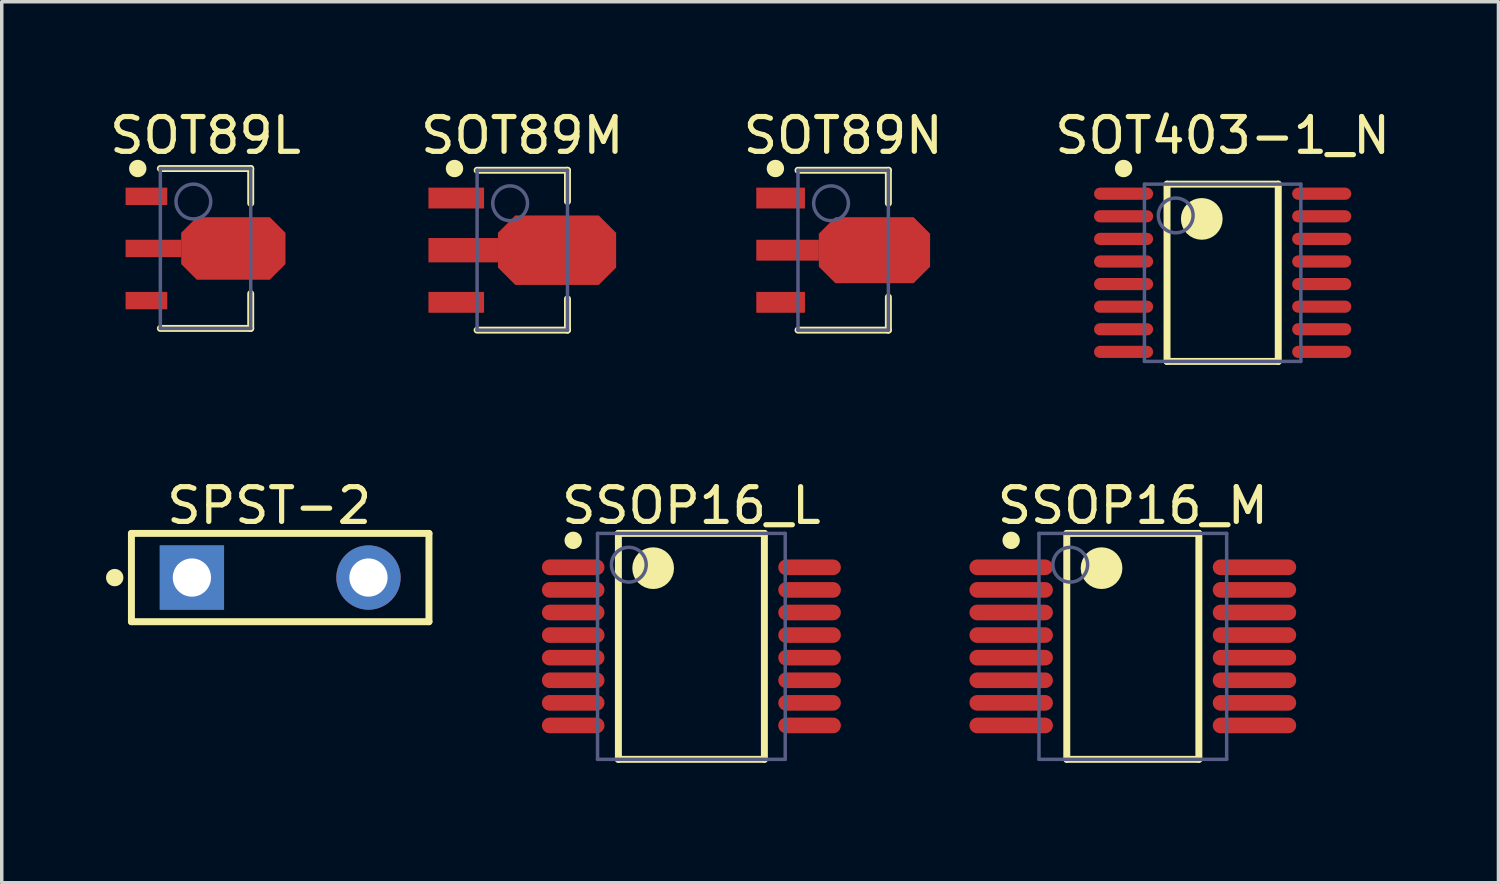
<source format=kicad_pcb>
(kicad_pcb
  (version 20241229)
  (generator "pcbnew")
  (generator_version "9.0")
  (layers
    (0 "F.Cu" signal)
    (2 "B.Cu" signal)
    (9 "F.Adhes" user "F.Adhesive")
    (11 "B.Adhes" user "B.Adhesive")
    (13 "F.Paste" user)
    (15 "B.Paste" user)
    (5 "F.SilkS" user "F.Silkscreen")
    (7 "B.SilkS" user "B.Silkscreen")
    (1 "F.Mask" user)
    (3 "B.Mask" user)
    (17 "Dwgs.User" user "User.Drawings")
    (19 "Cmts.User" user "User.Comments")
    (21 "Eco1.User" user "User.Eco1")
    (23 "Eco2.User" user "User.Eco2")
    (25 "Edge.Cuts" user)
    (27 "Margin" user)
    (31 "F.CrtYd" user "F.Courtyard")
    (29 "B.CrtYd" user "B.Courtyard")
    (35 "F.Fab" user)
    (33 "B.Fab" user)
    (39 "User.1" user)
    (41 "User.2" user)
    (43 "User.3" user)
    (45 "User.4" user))
  (footprint "SOT403-1_N"
    (layer "F.Cu")
    (at 32.125 4.798)
    (property "Reference" "SOT403-1_N" (at 0 -3.95 0) (layer "F.SilkS") (effects (font (size 1 1) (thickness 0.15))))
    (fp_line (start -1.6 -2.55) (end 1.6 -2.55) (stroke (width 0.2) (type solid)) (layer "F.SilkS"))
    (fp_line (start -1.6 2.55) (end -1.6 -2.55) (stroke (width 0.2) (type solid)) (layer "F.SilkS"))
    (fp_line (start -1.6 2.55) (end 1.6 2.55) (stroke (width 0.2) (type solid)) (layer "F.SilkS"))
    (fp_line (start 1.6 2.55) (end 1.6 -2.55) (stroke (width 0.2) (type solid)) (layer "F.SilkS"))
    (fp_circle (center -2.85 -3) (end -2.85 -3.125) (stroke (width 0.25) (type solid)) (fill no) (layer "F.SilkS"))
    (fp_circle (center -0.6 -1.55) (end -0.6 -1.85) (stroke (width 0.6) (type solid)) (fill no) (layer "F.SilkS"))
    (fp_line (start -3.95 -2.8) (end 3.95 -2.8) (stroke (width 0.1) (type solid)) (layer "Eco2.User"))
    (fp_line (start -3.95 2.8) (end -3.95 -2.8) (stroke (width 0.1) (type solid)) (layer "Eco2.User"))
    (fp_line (start -3.95 2.8) (end 3.95 2.8) (stroke (width 0.1) (type solid)) (layer "Eco2.User"))
    (fp_line (start -0.5 0) (end 0.5 0) (stroke (width 0.1) (type solid)) (layer "Eco2.User"))
    (fp_line (start 0 0.5) (end 0 -0.5) (stroke (width 0.1) (type solid)) (layer "Eco2.User"))
    (fp_line (start 3.95 2.8) (end 3.95 -2.8) (stroke (width 0.1) (type solid)) (layer "Eco2.User"))
    (fp_line (start -2.25 -2.55) (end 2.25 -2.55) (stroke (width 0.1) (type solid)) (layer "B.Fab"))
    (fp_line (start -2.25 2.55) (end -2.25 -2.55) (stroke (width 0.1) (type solid)) (layer "B.Fab"))
    (fp_line (start -2.25 2.55) (end 2.25 2.55) (stroke (width 0.1) (type solid)) (layer "B.Fab"))
    (fp_line (start 2.25 2.55) (end 2.25 -2.55) (stroke (width 0.1) (type solid)) (layer "B.Fab"))
    (fp_circle (center -1.35 -1.65) (end -1.35 -2.15) (stroke (width 0.1) (type solid)) (fill no) (layer "B.Fab"))
    (pad "1" smd oval (at -2.85 -2.275 90) (size 0.35 1.7) (layers "F.Cu" "F.Mask" "F.Paste"))
    (pad "2" smd oval (at -2.85 -1.625 90) (size 0.35 1.7) (layers "F.Cu" "F.Mask" "F.Paste"))
    (pad "3" smd oval (at -2.85 -0.975 90) (size 0.35 1.7) (layers "F.Cu" "F.Mask" "F.Paste"))
    (pad "4" smd oval (at -2.85 -0.325 90) (size 0.35 1.7) (layers "F.Cu" "F.Mask" "F.Paste"))
    (pad "5" smd oval (at -2.85 0.325 90) (size 0.35 1.7) (layers "F.Cu" "F.Mask" "F.Paste"))
    (pad "6" smd oval (at -2.85 0.975 90) (size 0.35 1.7) (layers "F.Cu" "F.Mask" "F.Paste"))
    (pad "7" smd oval (at -2.85 1.625 90) (size 0.35 1.7) (layers "F.Cu" "F.Mask" "F.Paste"))
    (pad "8" smd oval (at -2.85 2.275 90) (size 0.35 1.7) (layers "F.Cu" "F.Mask" "F.Paste"))
    (pad "9" smd oval (at 2.85 2.275 90) (size 0.35 1.7) (layers "F.Cu" "F.Mask" "F.Paste"))
    (pad "10" smd oval (at 2.85 1.625 90) (size 0.35 1.7) (layers "F.Cu" "F.Mask" "F.Paste"))
    (pad "11" smd oval (at 2.85 0.975 90) (size 0.35 1.7) (layers "F.Cu" "F.Mask" "F.Paste"))
    (pad "12" smd oval (at 2.85 0.325 90) (size 0.35 1.7) (layers "F.Cu" "F.Mask" "F.Paste"))
    (pad "13" smd oval (at 2.85 -0.325 90) (size 0.35 1.7) (layers "F.Cu" "F.Mask" "F.Paste"))
    (pad "14" smd oval (at 2.85 -0.975 90) (size 0.35 1.7) (layers "F.Cu" "F.Mask" "F.Paste"))
    (pad "15" smd oval (at 2.85 -1.625 90) (size 0.35 1.7) (layers "F.Cu" "F.Mask" "F.Paste"))
    (pad "16" smd oval (at 2.85 -2.275 90) (size 0.35 1.7) (layers "F.Cu" "F.Mask" "F.Paste")))
  (footprint "SSOP16_M"
    (layer "F.Cu")
    (at 29.541 15.546)
    (property "Reference" "SSOP16_M" (at 0 -4.05 0) (layer "F.SilkS") (effects (font (size 1 1) (thickness 0.15))))
    (fp_line (start -1.9 -3.25) (end 1.9 -3.25) (stroke (width 0.2) (type solid)) (layer "F.SilkS"))
    (fp_line (start -1.9 3.25) (end -1.9 -3.25) (stroke (width 0.2) (type solid)) (layer "F.SilkS"))
    (fp_line (start -1.9 3.25) (end 1.9 3.25) (stroke (width 0.2) (type solid)) (layer "F.SilkS"))
    (fp_line (start 1.9 3.25) (end 1.9 -3.25) (stroke (width 0.2) (type solid)) (layer "F.SilkS"))
    (fp_circle (center -3.5 -3.05) (end -3.5 -3.175) (stroke (width 0.25) (type solid)) (fill no) (layer "F.SilkS"))
    (fp_circle (center -0.9 -2.25) (end -0.9 -2.55) (stroke (width 0.6) (type solid)) (fill no) (layer "F.SilkS"))
    (fp_line (start -5.2 -3.75) (end 5.2 -3.75) (stroke (width 0.1) (type solid)) (layer "Eco2.User"))
    (fp_line (start -5.2 3.75) (end -5.2 -3.75) (stroke (width 0.1) (type solid)) (layer "Eco2.User"))
    (fp_line (start -5.2 3.75) (end 5.2 3.75) (stroke (width 0.1) (type solid)) (layer "Eco2.User"))
    (fp_line (start -0.5 0) (end 0.5 0) (stroke (width 0.1) (type solid)) (layer "Eco2.User"))
    (fp_line (start 0 0.5) (end 0 -0.5) (stroke (width 0.1) (type solid)) (layer "Eco2.User"))
    (fp_line (start 5.2 3.75) (end 5.2 -3.75) (stroke (width 0.1) (type solid)) (layer "Eco2.User"))
    (fp_line (start -2.7 -3.25) (end 2.7 -3.25) (stroke (width 0.1) (type solid)) (layer "B.Fab"))
    (fp_line (start -2.7 3.25) (end -2.7 -3.25) (stroke (width 0.1) (type solid)) (layer "B.Fab"))
    (fp_line (start -2.7 3.25) (end 2.7 3.25) (stroke (width 0.1) (type solid)) (layer "B.Fab"))
    (fp_line (start 2.7 3.25) (end 2.7 -3.25) (stroke (width 0.1) (type solid)) (layer "B.Fab"))
    (fp_circle (center -1.8 -2.35) (end -1.8 -2.85) (stroke (width 0.1) (type solid)) (fill no) (layer "B.Fab"))
    (pad "1" smd oval (at -3.5 -2.275 90) (size 0.45 2.4) (layers "F.Cu" "F.Mask" "F.Paste"))
    (pad "2" smd oval (at -3.5 -1.625 90) (size 0.45 2.4) (layers "F.Cu" "F.Mask" "F.Paste"))
    (pad "3" smd oval (at -3.5 -0.975 90) (size 0.45 2.4) (layers "F.Cu" "F.Mask" "F.Paste"))
    (pad "4" smd oval (at -3.5 -0.325 90) (size 0.45 2.4) (layers "F.Cu" "F.Mask" "F.Paste"))
    (pad "5" smd oval (at -3.5 0.325 90) (size 0.45 2.4) (layers "F.Cu" "F.Mask" "F.Paste"))
    (pad "6" smd oval (at -3.5 0.975 90) (size 0.45 2.4) (layers "F.Cu" "F.Mask" "F.Paste"))
    (pad "7" smd oval (at -3.5 1.625 90) (size 0.45 2.4) (layers "F.Cu" "F.Mask" "F.Paste"))
    (pad "8" smd oval (at -3.5 2.275 90) (size 0.45 2.4) (layers "F.Cu" "F.Mask" "F.Paste"))
    (pad "9" smd oval (at 3.5 2.275 90) (size 0.45 2.4) (layers "F.Cu" "F.Mask" "F.Paste"))
    (pad "10" smd oval (at 3.5 1.625 90) (size 0.45 2.4) (layers "F.Cu" "F.Mask" "F.Paste"))
    (pad "11" smd oval (at 3.5 0.975 90) (size 0.45 2.4) (layers "F.Cu" "F.Mask" "F.Paste"))
    (pad "12" smd oval (at 3.5 0.325 90) (size 0.45 2.4) (layers "F.Cu" "F.Mask" "F.Paste"))
    (pad "13" smd oval (at 3.5 -0.325 90) (size 0.45 2.4) (layers "F.Cu" "F.Mask" "F.Paste"))
    (pad "14" smd oval (at 3.5 -0.975 90) (size 0.45 2.4) (layers "F.Cu" "F.Mask" "F.Paste"))
    (pad "15" smd oval (at 3.5 -1.625 90) (size 0.45 2.4) (layers "F.Cu" "F.Mask" "F.Paste"))
    (pad "16" smd oval (at 3.5 -2.275 90) (size 0.45 2.4) (layers "F.Cu" "F.Mask" "F.Paste")))
  (footprint "SOT89N"
    (layer "F.Cu")
    (at 21.208 4.148)
    (property "Reference" "SOT89N" (at 0 -3.3 0) (layer "F.SilkS") (effects (font (size 1 1) (thickness 0.15))))
    (fp_line (start -1.3 -2.3) (end 1.3 -2.3) (stroke (width 0.2) (type solid)) (layer "F.SilkS"))
    (fp_line (start -1.3 2.3) (end 1.3 2.3) (stroke (width 0.2) (type solid)) (layer "F.SilkS"))
    (fp_line (start 1.3 -1.35) (end 1.3 -2.3) (stroke (width 0.2) (type solid)) (layer "F.SilkS"))
    (fp_line (start 1.3 2.3) (end 1.3 1.35) (stroke (width 0.2) (type solid)) (layer "F.SilkS"))
    (fp_circle (center -1.95 -2.35) (end -1.95 -2.475) (stroke (width 0.25) (type solid)) (fill no) (layer "F.SilkS"))
    (fp_line (start -2.75 -2.55) (end 2.75 -2.55) (stroke (width 0.1) (type solid)) (layer "Eco2.User"))
    (fp_line (start -2.75 2.55) (end -2.75 -2.55) (stroke (width 0.1) (type solid)) (layer "Eco2.User"))
    (fp_line (start -2.75 2.55) (end 2.75 2.55) (stroke (width 0.1) (type solid)) (layer "Eco2.User"))
    (fp_line (start -0.5 0) (end 0.5 0) (stroke (width 0.1) (type solid)) (layer "Eco2.User"))
    (fp_line (start 0 0.5) (end 0 -0.5) (stroke (width 0.1) (type solid)) (layer "Eco2.User"))
    (fp_line (start 2.75 2.55) (end 2.75 -2.55) (stroke (width 0.1) (type solid)) (layer "Eco2.User"))
    (fp_line (start -1.3 -2.3) (end 1.3 -2.3) (stroke (width 0.1) (type solid)) (layer "B.Fab"))
    (fp_line (start -1.3 2.3) (end -1.3 -2.3) (stroke (width 0.1) (type solid)) (layer "B.Fab"))
    (fp_line (start -1.3 2.3) (end 1.3 2.3) (stroke (width 0.1) (type solid)) (layer "B.Fab"))
    (fp_line (start 1.3 2.3) (end 1.3 -2.3) (stroke (width 0.1) (type solid)) (layer "B.Fab"))
    (fp_circle (center -0.35 -1.35) (end -0.35 -1.85) (stroke (width 0.1) (type solid)) (fill no) (layer "B.Fab"))
    (pad "1" smd rect (at -1.8 -1.5 90) (size 0.6 1.4) (layers "F.Cu" "F.Mask" "F.Paste"))
    (pad "2" smd rect (at -1.6 0 90) (size 0.6 1.8) (layers "F.Cu" "F.Mask" "F.Paste"))
    (pad "2" smd roundrect (at 0.9 0 90) (size 1.9 3.2) (layers "F.Cu" "F.Mask" "F.Paste") (roundrect_rratio 0.25) (chamfer_ratio 0.25) (chamfer top_left top_right bottom_left bottom_right))
    (pad "3" smd rect (at -1.8 1.5 90) (size 0.6 1.4) (layers "F.Cu" "F.Mask" "F.Paste")))
  (footprint "SSOP16_L"
    (layer "F.Cu")
    (at 16.841 15.546)
    (property "Reference" "SSOP16_L" (at 0 -4.05 0) (layer "F.SilkS") (effects (font (size 1 1) (thickness 0.15))))
    (fp_line (start -2.1 -3.25) (end 2.1 -3.25) (stroke (width 0.2) (type solid)) (layer "F.SilkS"))
    (fp_line (start -2.1 3.25) (end -2.1 -3.25) (stroke (width 0.2) (type solid)) (layer "F.SilkS"))
    (fp_line (start -2.1 3.25) (end 2.1 3.25) (stroke (width 0.2) (type solid)) (layer "F.SilkS"))
    (fp_line (start 2.1 3.25) (end 2.1 -3.25) (stroke (width 0.2) (type solid)) (layer "F.SilkS"))
    (fp_circle (center -3.4 -3.05) (end -3.4 -3.175) (stroke (width 0.25) (type solid)) (fill no) (layer "F.SilkS"))
    (fp_circle (center -1.1 -2.25) (end -1.1 -2.55) (stroke (width 0.6) (type solid)) (fill no) (layer "F.SilkS"))
    (fp_line (start -4.4 -3.35) (end 4.4 -3.35) (stroke (width 0.1) (type solid)) (layer "Eco2.User"))
    (fp_line (start -4.4 3.35) (end -4.4 -3.35) (stroke (width 0.1) (type solid)) (layer "Eco2.User"))
    (fp_line (start -4.4 3.35) (end 4.4 3.35) (stroke (width 0.1) (type solid)) (layer "Eco2.User"))
    (fp_line (start -0.5 0) (end 0.5 0) (stroke (width 0.1) (type solid)) (layer "Eco2.User"))
    (fp_line (start 0 0.5) (end 0 -0.5) (stroke (width 0.1) (type solid)) (layer "Eco2.User"))
    (fp_line (start 4.4 3.35) (end 4.4 -3.35) (stroke (width 0.1) (type solid)) (layer "Eco2.User"))
    (fp_line (start -2.7 -3.25) (end 2.7 -3.25) (stroke (width 0.1) (type solid)) (layer "B.Fab"))
    (fp_line (start -2.7 3.25) (end -2.7 -3.25) (stroke (width 0.1) (type solid)) (layer "B.Fab"))
    (fp_line (start -2.7 3.25) (end 2.7 3.25) (stroke (width 0.1) (type solid)) (layer "B.Fab"))
    (fp_line (start 2.7 3.25) (end 2.7 -3.25) (stroke (width 0.1) (type solid)) (layer "B.Fab"))
    (fp_circle (center -1.8 -2.35) (end -1.8 -2.85) (stroke (width 0.1) (type solid)) (fill no) (layer "B.Fab"))
    (pad "1" smd oval (at -3.4 -2.275 90) (size 0.45 1.8) (layers "F.Cu" "F.Mask" "F.Paste"))
    (pad "2" smd oval (at -3.4 -1.625 90) (size 0.45 1.8) (layers "F.Cu" "F.Mask" "F.Paste"))
    (pad "3" smd oval (at -3.4 -0.975 90) (size 0.45 1.8) (layers "F.Cu" "F.Mask" "F.Paste"))
    (pad "4" smd oval (at -3.4 -0.325 90) (size 0.45 1.8) (layers "F.Cu" "F.Mask" "F.Paste"))
    (pad "5" smd oval (at -3.4 0.325 90) (size 0.45 1.8) (layers "F.Cu" "F.Mask" "F.Paste"))
    (pad "6" smd oval (at -3.4 0.975 90) (size 0.45 1.8) (layers "F.Cu" "F.Mask" "F.Paste"))
    (pad "7" smd oval (at -3.4 1.625 90) (size 0.45 1.8) (layers "F.Cu" "F.Mask" "F.Paste"))
    (pad "8" smd oval (at -3.4 2.275 90) (size 0.45 1.8) (layers "F.Cu" "F.Mask" "F.Paste"))
    (pad "9" smd oval (at 3.4 2.275 90) (size 0.45 1.8) (layers "F.Cu" "F.Mask" "F.Paste"))
    (pad "10" smd oval (at 3.4 1.625 90) (size 0.45 1.8) (layers "F.Cu" "F.Mask" "F.Paste"))
    (pad "11" smd oval (at 3.4 0.975 90) (size 0.45 1.8) (layers "F.Cu" "F.Mask" "F.Paste"))
    (pad "12" smd oval (at 3.4 0.325 90) (size 0.45 1.8) (layers "F.Cu" "F.Mask" "F.Paste"))
    (pad "13" smd oval (at 3.4 -0.325 90) (size 0.45 1.8) (layers "F.Cu" "F.Mask" "F.Paste"))
    (pad "14" smd oval (at 3.4 -0.975 90) (size 0.45 1.8) (layers "F.Cu" "F.Mask" "F.Paste"))
    (pad "15" smd oval (at 3.4 -1.625 90) (size 0.45 1.8) (layers "F.Cu" "F.Mask" "F.Paste"))
    (pad "16" smd oval (at 3.4 -2.275 90) (size 0.45 1.8) (layers "F.Cu" "F.Mask" "F.Paste")))
  (footprint "SOT89L"
    (layer "F.Cu")
    (at 2.863 4.098)
    (property "Reference" "SOT89L" (at 0 -3.25 0) (layer "F.SilkS") (effects (font (size 1 1) (thickness 0.15))))
    (fp_line (start -1.3 -2.3) (end 1.3 -2.3) (stroke (width 0.2) (type solid)) (layer "F.SilkS"))
    (fp_line (start -1.3 2.3) (end 1.3 2.3) (stroke (width 0.2) (type solid)) (layer "F.SilkS"))
    (fp_line (start 1.3 -1.3) (end 1.3 -2.3) (stroke (width 0.2) (type solid)) (layer "F.SilkS"))
    (fp_line (start 1.3 2.3) (end 1.3 1.3) (stroke (width 0.2) (type solid)) (layer "F.SilkS"))
    (fp_circle (center -1.95 -2.3) (end -1.95 -2.425) (stroke (width 0.25) (type solid)) (fill no) (layer "F.SilkS"))
    (fp_line (start -2.4 -2.4) (end 2.4 -2.4) (stroke (width 0.1) (type solid)) (layer "Eco2.User"))
    (fp_line (start -2.4 2.4) (end -2.4 -2.4) (stroke (width 0.1) (type solid)) (layer "Eco2.User"))
    (fp_line (start -2.4 2.4) (end 2.4 2.4) (stroke (width 0.1) (type solid)) (layer "Eco2.User"))
    (fp_line (start -0.5 0) (end 0.5 0) (stroke (width 0.1) (type solid)) (layer "Eco2.User"))
    (fp_line (start 0 0.5) (end 0 -0.5) (stroke (width 0.1) (type solid)) (layer "Eco2.User"))
    (fp_line (start 2.4 2.4) (end 2.4 -2.4) (stroke (width 0.1) (type solid)) (layer "Eco2.User"))
    (fp_line (start -1.3 -2.3) (end 1.3 -2.3) (stroke (width 0.1) (type solid)) (layer "B.Fab"))
    (fp_line (start -1.3 2.3) (end -1.3 -2.3) (stroke (width 0.1) (type solid)) (layer "B.Fab"))
    (fp_line (start -1.3 2.3) (end 1.3 2.3) (stroke (width 0.1) (type solid)) (layer "B.Fab"))
    (fp_line (start 1.3 2.3) (end 1.3 -2.3) (stroke (width 0.1) (type solid)) (layer "B.Fab"))
    (fp_circle (center -0.35 -1.35) (end -0.35 -1.85) (stroke (width 0.1) (type solid)) (fill no) (layer "B.Fab"))
    (pad "1" smd rect (at -1.7 -1.5 90) (size 0.5 1.2) (layers "F.Cu" "F.Mask" "F.Paste"))
    (pad "2" smd rect (at -1.5 0 90) (size 0.5 1.6) (layers "F.Cu" "F.Mask" "F.Paste"))
    (pad "2" smd roundrect (at 0.8 0 90) (size 1.8 3) (layers "F.Cu" "F.Mask" "F.Paste") (roundrect_rratio 0.25) (chamfer_ratio 0.25) (chamfer top_left top_right bottom_left bottom_right))
    (pad "3" smd rect (at -1.7 1.5 90) (size 0.5 1.2) (layers "F.Cu" "F.Mask" "F.Paste")))
  (footprint "SPST-2"
    (layer "F.Cu")
    (at 5.011 13.566)
    (property "Reference" "SPST-2" (at -0.316 -2.07 0) (layer "F.SilkS") (effects (font (size 1 1) (thickness 0.15))))
    (fp_line (start -4.28 -1.27) (end 4.28 -1.27) (stroke (width 0.2) (type solid)) (layer "F.SilkS"))
    (fp_line (start -4.28 1.27) (end -4.28 -1.27) (stroke (width 0.2) (type solid)) (layer "F.SilkS"))
    (fp_line (start -4.28 1.27) (end 4.28 1.27) (stroke (width 0.2) (type solid)) (layer "F.SilkS"))
    (fp_line (start 4.28 1.27) (end 4.28 -1.27) (stroke (width 0.2) (type solid)) (layer "F.SilkS"))
    (fp_circle (center -4.761 0.001) (end -4.761 -0.124) (stroke (width 0.25) (type solid)) (fill no) (layer "F.SilkS"))
    (pad "1" thru_hole rect (at -2.54 0) (size 1.85 1.85) (drill 1.1) (layers "*.Cu" "*.Mask"))
    (pad "2" thru_hole circle (at 2.54 0) (size 1.85 1.85) (drill 1.1) (layers "*.Cu" "*.Mask")))
  (footprint "SOT89M"
    (layer "F.Cu")
    (at 11.976 4.148)
    (property "Reference" "SOT89M" (at 0 -3.3 0) (layer "F.SilkS") (effects (font (size 1 1) (thickness 0.15))))
    (fp_line (start -1.3 -2.3) (end 1.3 -2.3) (stroke (width 0.2) (type solid)) (layer "F.SilkS"))
    (fp_line (start -1.3 2.3) (end 1.3 2.3) (stroke (width 0.2) (type solid)) (layer "F.SilkS"))
    (fp_line (start 1.3 -1.4) (end 1.3 -2.3) (stroke (width 0.2) (type solid)) (layer "F.SilkS"))
    (fp_line (start 1.3 2.3) (end 1.3 1.4) (stroke (width 0.2) (type solid)) (layer "F.SilkS"))
    (fp_circle (center -1.95 -2.35) (end -1.95 -2.475) (stroke (width 0.25) (type solid)) (fill no) (layer "F.SilkS"))
    (fp_line (start -3.2 -2.8) (end 3.2 -2.8) (stroke (width 0.1) (type solid)) (layer "Eco2.User"))
    (fp_line (start -3.2 2.8) (end -3.2 -2.8) (stroke (width 0.1) (type solid)) (layer "Eco2.User"))
    (fp_line (start -3.2 2.8) (end 3.2 2.8) (stroke (width 0.1) (type solid)) (layer "Eco2.User"))
    (fp_line (start -0.5 0) (end 0.5 0) (stroke (width 0.1) (type solid)) (layer "Eco2.User"))
    (fp_line (start 0 0.5) (end 0 -0.5) (stroke (width 0.1) (type solid)) (layer "Eco2.User"))
    (fp_line (start 3.2 2.8) (end 3.2 -2.8) (stroke (width 0.1) (type solid)) (layer "Eco2.User"))
    (fp_line (start -1.3 -2.3) (end 1.3 -2.3) (stroke (width 0.1) (type solid)) (layer "B.Fab"))
    (fp_line (start -1.3 2.3) (end -1.3 -2.3) (stroke (width 0.1) (type solid)) (layer "B.Fab"))
    (fp_line (start -1.3 2.3) (end 1.3 2.3) (stroke (width 0.1) (type solid)) (layer "B.Fab"))
    (fp_line (start 1.3 2.3) (end 1.3 -2.3) (stroke (width 0.1) (type solid)) (layer "B.Fab"))
    (fp_circle (center -0.35 -1.35) (end -0.35 -1.85) (stroke (width 0.1) (type solid)) (fill no) (layer "B.Fab"))
    (pad "1" smd rect (at -1.9 -1.5 90) (size 0.6 1.6) (layers "F.Cu" "F.Mask" "F.Paste"))
    (pad "2" smd rect (at -1.7 0 90) (size 0.7 2) (layers "F.Cu" "F.Mask" "F.Paste"))
    (pad "2" smd roundrect (at 1 0 90) (size 2 3.4) (layers "F.Cu" "F.Mask" "F.Paste") (roundrect_rratio 0.25) (chamfer_ratio 0.25) (chamfer top_left top_right bottom_left bottom_right))
    (pad "3" smd rect (at -1.9 1.5 90) (size 0.6 1.6) (layers "F.Cu" "F.Mask" "F.Paste")))
  (gr_rect
    (start -3 -3)
    (end 40.06 22.346)
    (stroke (width 0.1) (type default))
    (fill no)
    (layer "Edge.Cuts")))
</source>
